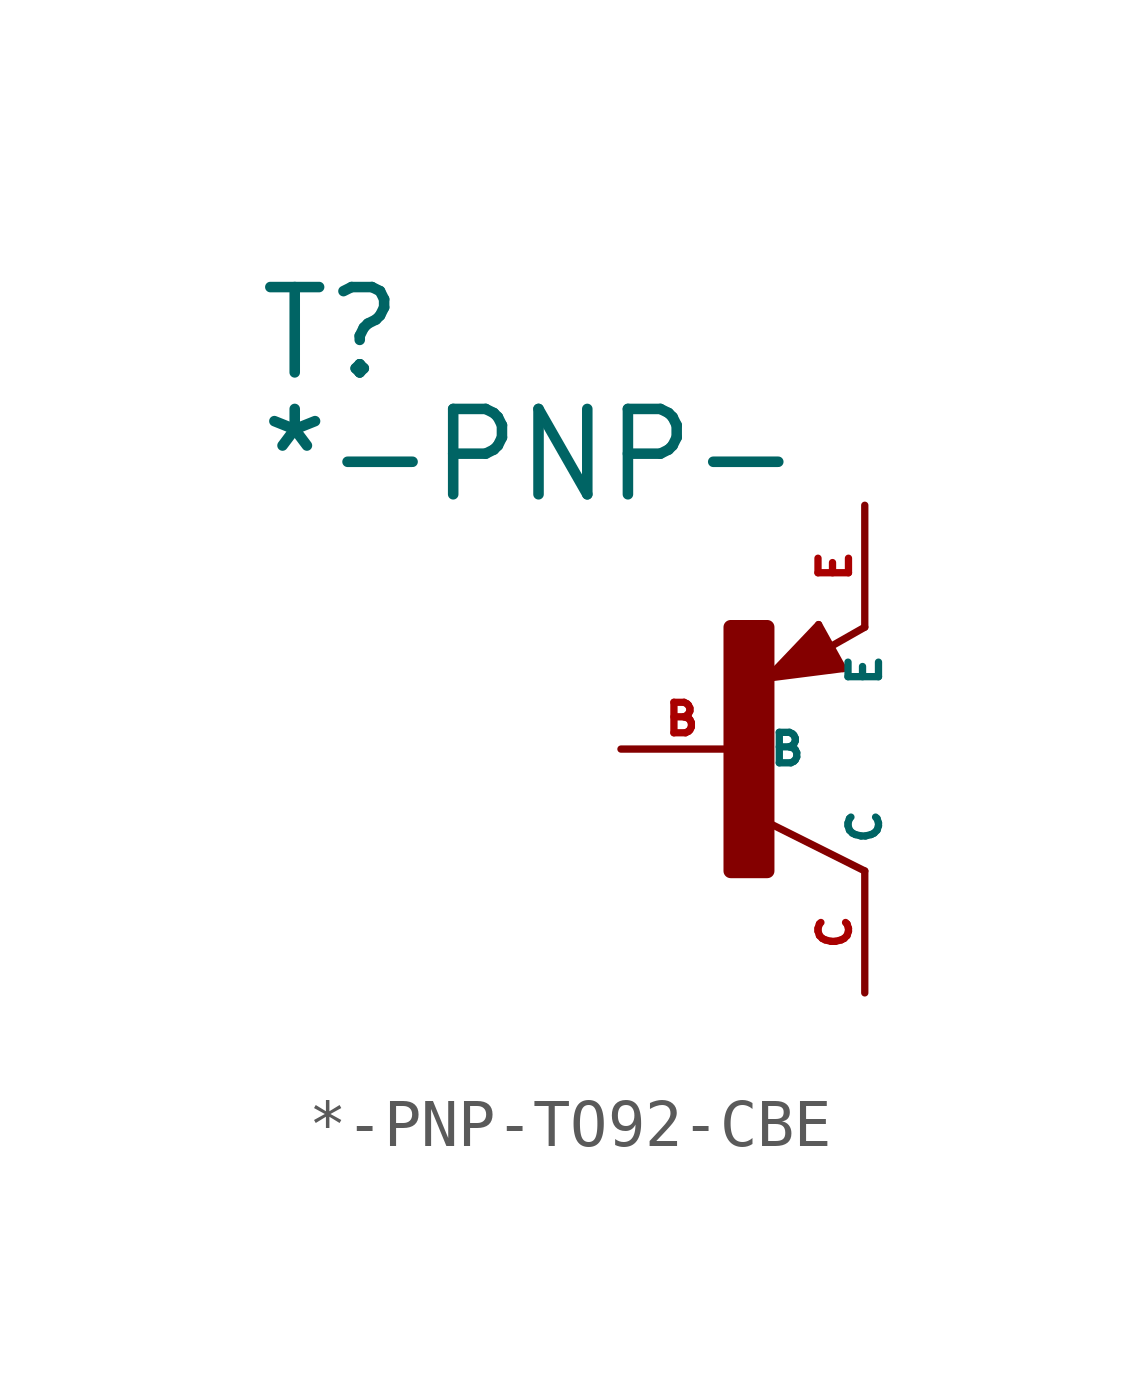
<source format=kicad_sym>
(kicad_symbol_lib
  (version 20220914)
  (generator Eagle2Kicad)
  (symbol "*-PNP-TO92-CBE"
    (property "Reference" "T"
      (at -10.16 7.62 0)
      (effects (font (size 1.778 1.778) (thickness 0.22)) (justify left bottom)))
    (property "Value" "*-PNP-"
      (at -10.16 5.08 0)
      (effects (font (size 1.778 1.778) (thickness 0.22)) (justify left bottom)))
    (polyline
      (pts (xy 2.086 1.678) (xy 1.578 2.594))
      (stroke (width 0.152) (type default))
      (fill (type none)))
    (polyline
      (pts (xy 1.578 2.594) (xy 0.516 1.478))
      (stroke (width 0.152) (type default))
      (fill (type none)))
    (polyline
      (pts (xy 0.516 1.478) (xy 2.086 1.678))
      (stroke (width 0.152) (type default))
      (fill (type none)))
    (polyline
      (pts (xy 2.54 2.54) (xy 1.808 2.124))
      (stroke (width 0.152) (type default))
      (fill (type none)))
    (polyline
      (pts (xy 2.54 -2.54) (xy 0.508 -1.524))
      (stroke (width 0.152) (type default))
      (fill (type none)))
    (polyline
      (pts (xy 1.905 1.778) (xy 1.524 2.413))
      (stroke (width 0.254) (type default))
      (fill (type none)))
    (polyline
      (pts (xy 1.524 2.413) (xy 0.762 1.651))
      (stroke (width 0.254) (type default))
      (fill (type none)))
    (polyline
      (pts (xy 0.762 1.651) (xy 1.778 1.778))
      (stroke (width 0.254) (type default))
      (fill (type none)))
    (polyline
      (pts (xy 1.778 1.778) (xy 1.524 2.159))
      (stroke (width 0.254) (type default))
      (fill (type none)))
    (polyline
      (pts (xy 1.524 2.159) (xy 1.143 1.905))
      (stroke (width 0.254) (type default))
      (fill (type none)))
    (polyline
      (pts (xy 1.143 1.905) (xy 1.524 1.905))
      (stroke (width 0.254) (type default))
      (fill (type none)))
    (rectangle
      (start -0.254 -2.54)
      (end 0.508 2.54)
      (stroke (width 0.3) (type default))
      (fill (type outline)))
    (pin passive line
      (at -2.54 0 0)
      (length 2.54)
      (name "B" (effects (font (size 0.635 0.635) (thickness 0.08)) (justify left bottom)))
      (number "B" (effects (font (size 0.635 0.635) (thickness 0.08)) (justify left bottom))))
    (pin passive line
      (at 2.54 5.08 270)
      (length 2.54)
      (name "E" (effects (font (size 0.635 0.635) (thickness 0.08)) (justify left bottom)))
      (number "E" (effects (font (size 0.635 0.635) (thickness 0.08)) (justify left bottom))))
    (pin passive line
      (at 2.54 -5.08 90)
      (length 2.54)
      (name "C" (effects (font (size 0.635 0.635) (thickness 0.08)) (justify left bottom)))
      (number "C" (effects (font (size 0.635 0.635) (thickness 0.08)) (justify left bottom))))))
</source>
